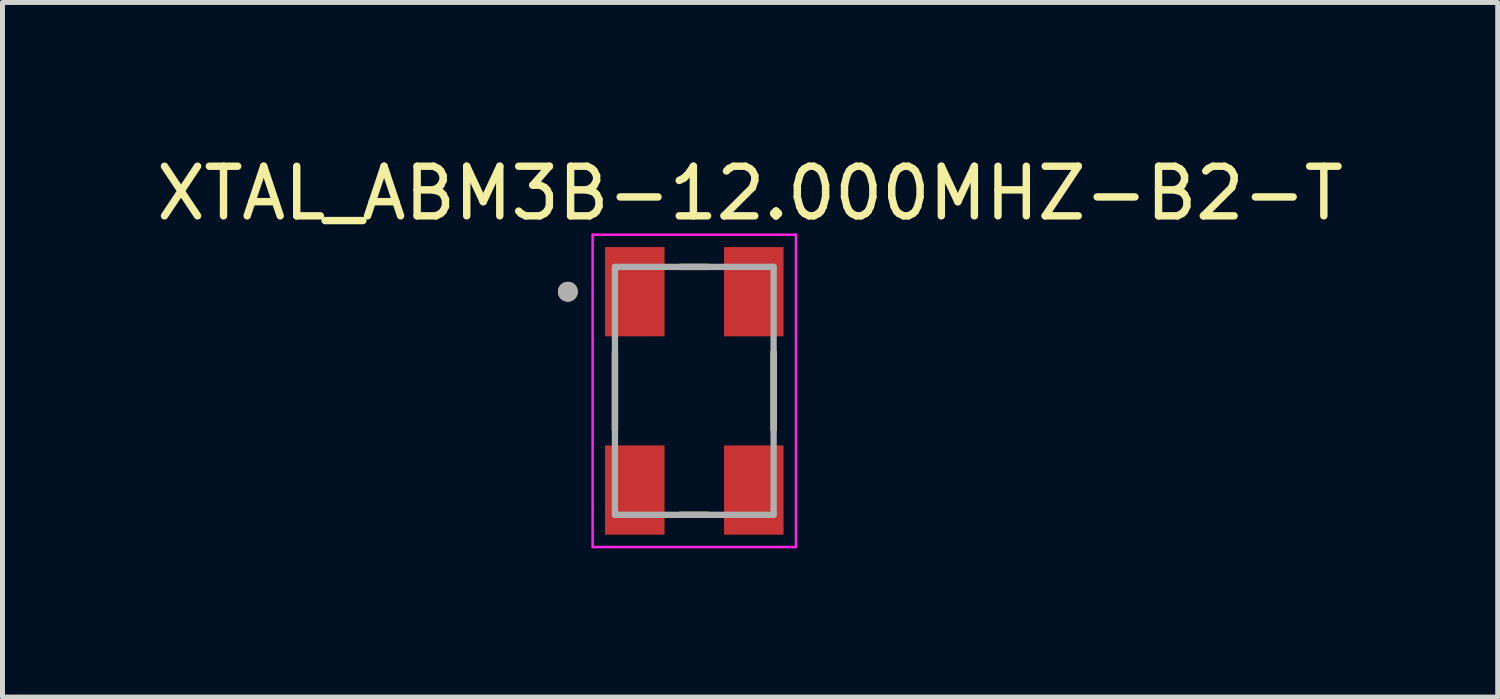
<source format=kicad_pcb>
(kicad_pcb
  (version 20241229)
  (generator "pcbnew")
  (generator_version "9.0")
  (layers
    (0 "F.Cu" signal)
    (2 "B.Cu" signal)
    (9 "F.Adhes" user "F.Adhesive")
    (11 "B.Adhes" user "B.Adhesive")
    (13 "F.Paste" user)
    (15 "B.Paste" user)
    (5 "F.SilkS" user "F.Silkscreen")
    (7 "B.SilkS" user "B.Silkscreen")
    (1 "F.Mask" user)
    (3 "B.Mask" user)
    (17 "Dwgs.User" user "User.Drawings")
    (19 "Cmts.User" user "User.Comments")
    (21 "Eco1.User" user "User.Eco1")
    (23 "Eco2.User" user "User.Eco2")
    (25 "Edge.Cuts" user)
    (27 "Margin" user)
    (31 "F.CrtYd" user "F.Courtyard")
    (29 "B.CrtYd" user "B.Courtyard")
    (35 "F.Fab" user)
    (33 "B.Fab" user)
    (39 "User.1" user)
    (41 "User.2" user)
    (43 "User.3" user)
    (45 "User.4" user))
  (footprint "XTAL_ABM3B-12.000MHZ-B2-T"
    (layer "F.Cu")
    (at 10.952 4.833)
    (property "Reference" "XTAL_ABM3B-12.000MHZ-B2-T" (at 1.125 -3.985 0) (layer "F.SilkS") (effects (font (size 1 1) (thickness 0.15))))
    (attr smd)
    (fp_line (start -1.6 -0.78) (end -1.6 0.78) (stroke (width 0.127) (type solid)) (layer "F.SilkS"))
    (fp_line (start -0.28 -2.5) (end 0.28 -2.5) (stroke (width 0.127) (type solid)) (layer "F.SilkS"))
    (fp_line (start -0.28 2.5) (end 0.28 2.5) (stroke (width 0.127) (type solid)) (layer "F.SilkS"))
    (fp_line (start 1.6 -0.78) (end 1.6 0.78) (stroke (width 0.127) (type solid)) (layer "F.SilkS"))
    (fp_circle (center -2.55 -2) (end -2.45 -2) (stroke (width 0.2) (type solid)) (fill no) (layer "F.SilkS"))
    (fp_line (start -2.05 -3.15) (end -2.05 3.15) (stroke (width 0.05) (type solid)) (layer "F.CrtYd"))
    (fp_line (start -2.05 -3.15) (end 2.05 -3.15) (stroke (width 0.05) (type solid)) (layer "F.CrtYd"))
    (fp_line (start 2.05 -3.15) (end 2.05 3.15) (stroke (width 0.05) (type solid)) (layer "F.CrtYd"))
    (fp_line (start 2.05 3.15) (end -2.05 3.15) (stroke (width 0.05) (type solid)) (layer "F.CrtYd"))
    (fp_line (start -1.6 -2.5) (end -1.6 2.5) (stroke (width 0.127) (type solid)) (layer "F.Fab"))
    (fp_line (start -1.6 -2.5) (end 1.6 -2.5) (stroke (width 0.127) (type solid)) (layer "F.Fab"))
    (fp_line (start 1.6 -2.5) (end 1.6 2.5) (stroke (width 0.127) (type solid)) (layer "F.Fab"))
    (fp_line (start 1.6 2.5) (end -1.6 2.5) (stroke (width 0.127) (type solid)) (layer "F.Fab"))
    (fp_circle (center -2.55 -2) (end -2.45 -2) (stroke (width 0.2) (type solid)) (fill no) (layer "F.Fab"))
    (pad "1" smd rect (at -1.2 -2) (size 1.2 1.8) (layers "F.Cu" "F.Mask" "F.Paste"))
    (pad "2" smd rect (at -1.2 2) (size 1.2 1.8) (layers "F.Cu" "F.Mask" "F.Paste"))
    (pad "3" smd rect (at 1.2 2) (size 1.2 1.8) (layers "F.Cu" "F.Mask" "F.Paste"))
    (pad "4" smd rect (at 1.2 -2) (size 1.2 1.8) (layers "F.Cu" "F.Mask" "F.Paste")))
  (gr_rect
    (start -3 -3)
    (end 27.155 11.008)
    (stroke (width 0.1) (type default))
    (fill no)
    (layer "Edge.Cuts")))
</source>
